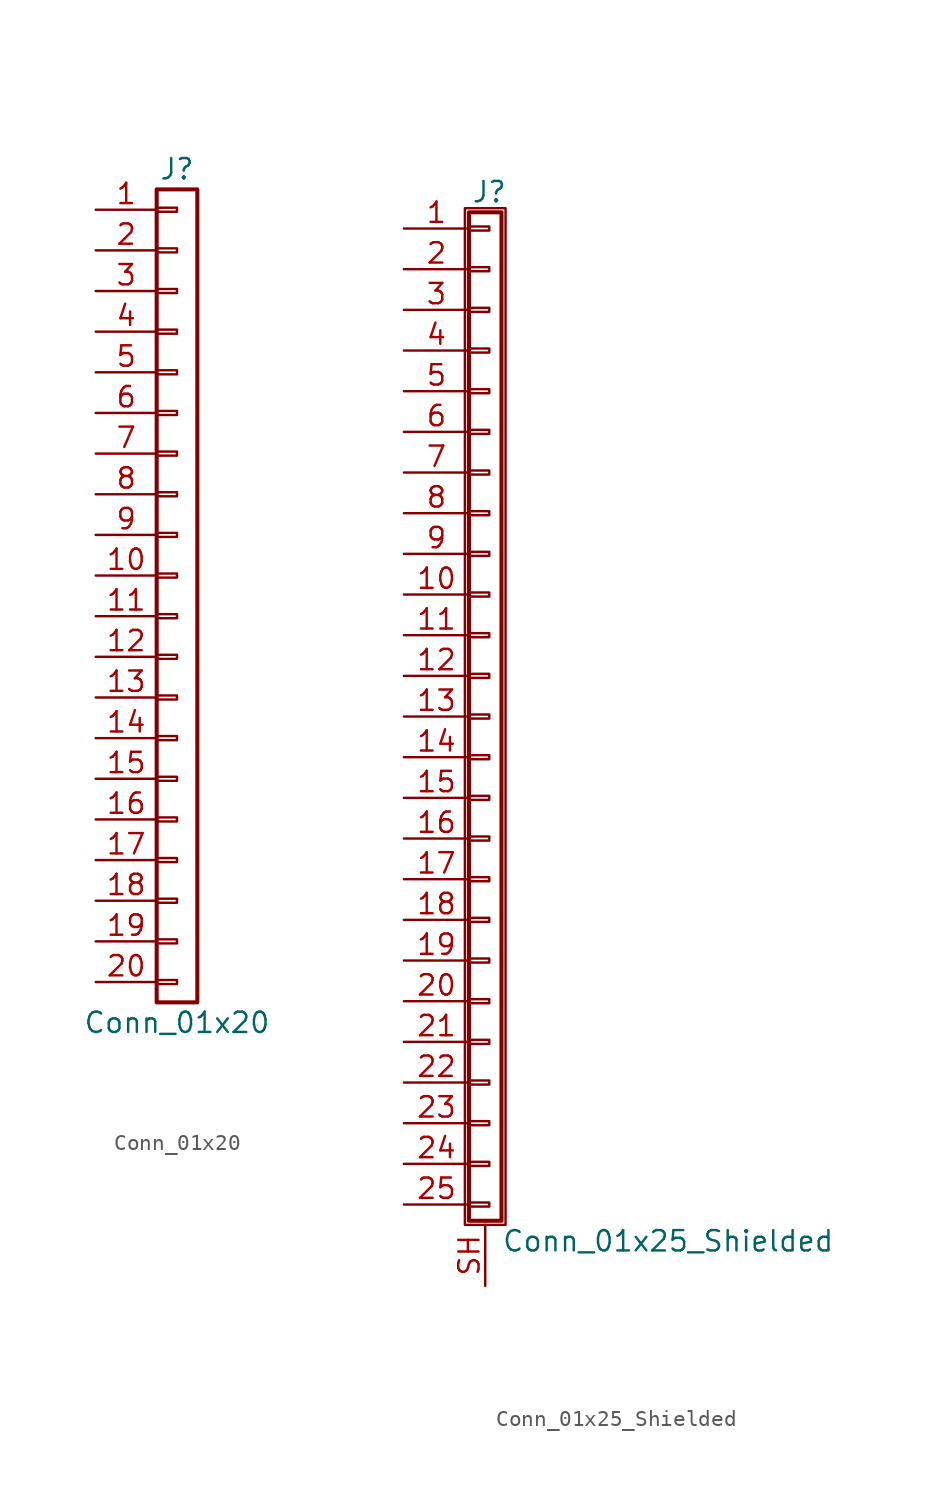
<source format=kicad_sym>
(kicad_symbol_lib
  (version 20241209)
  (generator "kicad_symbol_editor")
  (generator_version "9.0")
  (symbol "Conn_01x20"
    (pin_names
      (offset 1.016)
      (hide yes))
    (property "Reference" "J"
      (at 0 25.4 0)
      (effects (font (size 1.27 1.27))))
    (property "Value" "Conn_01x20"
      (at 0 -27.94 0)
      (effects (font (size 1.27 1.27))))
    (symbol "Conn_01x20_1_1"
      (rectangle (start -1.27 24.13) (end 1.27 -26.67) (stroke (width 0.254) (type solid)) (fill (type none)))
      (rectangle (start -1.27 22.987) (end 0 22.733) (stroke (width 0.152) (type solid)) (fill (type none)))
      (rectangle (start -1.27 20.447) (end 0 20.193) (stroke (width 0.152) (type solid)) (fill (type none)))
      (rectangle (start -1.27 17.907) (end 0 17.653) (stroke (width 0.152) (type solid)) (fill (type none)))
      (rectangle (start -1.27 15.367) (end 0 15.113) (stroke (width 0.152) (type solid)) (fill (type none)))
      (rectangle (start -1.27 12.827) (end 0 12.573) (stroke (width 0.152) (type solid)) (fill (type none)))
      (rectangle (start -1.27 10.287) (end 0 10.033) (stroke (width 0.152) (type solid)) (fill (type none)))
      (rectangle (start -1.27 7.747) (end 0 7.493) (stroke (width 0.152) (type solid)) (fill (type none)))
      (rectangle (start -1.27 5.207) (end 0 4.953) (stroke (width 0.152) (type solid)) (fill (type none)))
      (rectangle (start -1.27 2.667) (end 0 2.413) (stroke (width 0.152) (type solid)) (fill (type none)))
      (rectangle (start -1.27 0.127) (end 0 -0.127) (stroke (width 0.152) (type solid)) (fill (type none)))
      (rectangle (start -1.27 -2.413) (end 0 -2.667) (stroke (width 0.152) (type solid)) (fill (type none)))
      (rectangle (start -1.27 -4.953) (end 0 -5.207) (stroke (width 0.152) (type solid)) (fill (type none)))
      (rectangle (start -1.27 -7.493) (end 0 -7.747) (stroke (width 0.152) (type solid)) (fill (type none)))
      (rectangle (start -1.27 -10.033) (end 0 -10.287) (stroke (width 0.152) (type solid)) (fill (type none)))
      (rectangle (start -1.27 -12.573) (end 0 -12.827) (stroke (width 0.152) (type solid)) (fill (type none)))
      (rectangle (start -1.27 -15.113) (end 0 -15.367) (stroke (width 0.152) (type solid)) (fill (type none)))
      (rectangle (start -1.27 -17.653) (end 0 -17.907) (stroke (width 0.152) (type solid)) (fill (type none)))
      (rectangle (start -1.27 -20.193) (end 0 -20.447) (stroke (width 0.152) (type solid)) (fill (type none)))
      (rectangle (start -1.27 -22.733) (end 0 -22.987) (stroke (width 0.152) (type solid)) (fill (type none)))
      (rectangle (start -1.27 -25.273) (end 0 -25.527) (stroke (width 0.152) (type solid)) (fill (type none)))
      (pin passive line (at -5.08 22.86 0) (length 3.81) (name "Pin_1" (effects (font (size 1.27 1.27)))) (number "1" (effects (font (size 1.27 1.27)))))
      (pin passive line (at -5.08 20.32 0) (length 3.81) (name "Pin_2" (effects (font (size 1.27 1.27)))) (number "2" (effects (font (size 1.27 1.27)))))
      (pin passive line (at -5.08 17.78 0) (length 3.81) (name "Pin_3" (effects (font (size 1.27 1.27)))) (number "3" (effects (font (size 1.27 1.27)))))
      (pin passive line (at -5.08 15.24 0) (length 3.81) (name "Pin_4" (effects (font (size 1.27 1.27)))) (number "4" (effects (font (size 1.27 1.27)))))
      (pin passive line (at -5.08 12.7 0) (length 3.81) (name "Pin_5" (effects (font (size 1.27 1.27)))) (number "5" (effects (font (size 1.27 1.27)))))
      (pin passive line (at -5.08 10.16 0) (length 3.81) (name "Pin_6" (effects (font (size 1.27 1.27)))) (number "6" (effects (font (size 1.27 1.27)))))
      (pin passive line (at -5.08 7.62 0) (length 3.81) (name "Pin_7" (effects (font (size 1.27 1.27)))) (number "7" (effects (font (size 1.27 1.27)))))
      (pin passive line (at -5.08 5.08 0) (length 3.81) (name "Pin_8" (effects (font (size 1.27 1.27)))) (number "8" (effects (font (size 1.27 1.27)))))
      (pin passive line (at -5.08 2.54 0) (length 3.81) (name "Pin_9" (effects (font (size 1.27 1.27)))) (number "9" (effects (font (size 1.27 1.27)))))
      (pin passive line (at -5.08 0 0) (length 3.81) (name "Pin_10" (effects (font (size 1.27 1.27)))) (number "10" (effects (font (size 1.27 1.27)))))
      (pin passive line (at -5.08 -2.54 0) (length 3.81) (name "Pin_11" (effects (font (size 1.27 1.27)))) (number "11" (effects (font (size 1.27 1.27)))))
      (pin passive line (at -5.08 -5.08 0) (length 3.81) (name "Pin_12" (effects (font (size 1.27 1.27)))) (number "12" (effects (font (size 1.27 1.27)))))
      (pin passive line (at -5.08 -7.62 0) (length 3.81) (name "Pin_13" (effects (font (size 1.27 1.27)))) (number "13" (effects (font (size 1.27 1.27)))))
      (pin passive line (at -5.08 -10.16 0) (length 3.81) (name "Pin_14" (effects (font (size 1.27 1.27)))) (number "14" (effects (font (size 1.27 1.27)))))
      (pin passive line (at -5.08 -12.7 0) (length 3.81) (name "Pin_15" (effects (font (size 1.27 1.27)))) (number "15" (effects (font (size 1.27 1.27)))))
      (pin passive line (at -5.08 -15.24 0) (length 3.81) (name "Pin_16" (effects (font (size 1.27 1.27)))) (number "16" (effects (font (size 1.27 1.27)))))
      (pin passive line (at -5.08 -17.78 0) (length 3.81) (name "Pin_17" (effects (font (size 1.27 1.27)))) (number "17" (effects (font (size 1.27 1.27)))))
      (pin passive line (at -5.08 -20.32 0) (length 3.81) (name "Pin_18" (effects (font (size 1.27 1.27)))) (number "18" (effects (font (size 1.27 1.27)))))
      (pin passive line (at -5.08 -22.86 0) (length 3.81) (name "Pin_19" (effects (font (size 1.27 1.27)))) (number "19" (effects (font (size 1.27 1.27)))))
      (pin passive line (at -5.08 -25.4 0) (length 3.81) (name "Pin_20" (effects (font (size 1.27 1.27)))) (number "20" (effects (font (size 1.27 1.27)))))))
  (symbol "Conn_01x25_Shielded"
    (pin_names
      (offset 1.016)
      (hide yes))
    (property "Reference" "J"
      (at 0.254 32.766 0)
      (effects (font (size 1.27 1.27))))
    (property "Value" "Conn_01x25_Shielded"
      (at 1.016 -32.766 0)
      (effects (font (size 1.27 1.27)) (justify left)))
    (symbol "Conn_01x25_Shielded_1_1"
      (rectangle (start -1.27 31.75) (end 1.27 -31.75) (stroke (width 0.152) (type solid)) (fill (type none)))
      (rectangle (start -1.016 31.496) (end 1.016 -31.496) (stroke (width 0.254) (type solid)) (fill (type none)))
      (rectangle (start -1.016 30.607) (end 0.254 30.353) (stroke (width 0.152) (type solid)) (fill (type none)))
      (rectangle (start -1.016 28.067) (end 0.254 27.813) (stroke (width 0.152) (type solid)) (fill (type none)))
      (rectangle (start -1.016 25.527) (end 0.254 25.273) (stroke (width 0.152) (type solid)) (fill (type none)))
      (rectangle (start -1.016 22.987) (end 0.254 22.733) (stroke (width 0.152) (type solid)) (fill (type none)))
      (rectangle (start -1.016 20.447) (end 0.254 20.193) (stroke (width 0.152) (type solid)) (fill (type none)))
      (rectangle (start -1.016 17.907) (end 0.254 17.653) (stroke (width 0.152) (type solid)) (fill (type none)))
      (rectangle (start -1.016 15.367) (end 0.254 15.113) (stroke (width 0.152) (type solid)) (fill (type none)))
      (rectangle (start -1.016 12.827) (end 0.254 12.573) (stroke (width 0.152) (type solid)) (fill (type none)))
      (rectangle (start -1.016 10.287) (end 0.254 10.033) (stroke (width 0.152) (type solid)) (fill (type none)))
      (rectangle (start -1.016 7.747) (end 0.254 7.493) (stroke (width 0.152) (type solid)) (fill (type none)))
      (rectangle (start -1.016 5.207) (end 0.254 4.953) (stroke (width 0.152) (type solid)) (fill (type none)))
      (rectangle (start -1.016 2.667) (end 0.254 2.413) (stroke (width 0.152) (type solid)) (fill (type none)))
      (rectangle (start -1.016 0.127) (end 0.254 -0.127) (stroke (width 0.152) (type solid)) (fill (type none)))
      (rectangle (start -1.016 -2.413) (end 0.254 -2.667) (stroke (width 0.152) (type solid)) (fill (type none)))
      (rectangle (start -1.016 -4.953) (end 0.254 -5.207) (stroke (width 0.152) (type solid)) (fill (type none)))
      (rectangle (start -1.016 -7.493) (end 0.254 -7.747) (stroke (width 0.152) (type solid)) (fill (type none)))
      (rectangle (start -1.016 -10.033) (end 0.254 -10.287) (stroke (width 0.152) (type solid)) (fill (type none)))
      (rectangle (start -1.016 -12.573) (end 0.254 -12.827) (stroke (width 0.152) (type solid)) (fill (type none)))
      (rectangle (start -1.016 -15.113) (end 0.254 -15.367) (stroke (width 0.152) (type solid)) (fill (type none)))
      (rectangle (start -1.016 -17.653) (end 0.254 -17.907) (stroke (width 0.152) (type solid)) (fill (type none)))
      (rectangle (start -1.016 -20.193) (end 0.254 -20.447) (stroke (width 0.152) (type solid)) (fill (type none)))
      (rectangle (start -1.016 -22.733) (end 0.254 -22.987) (stroke (width 0.152) (type solid)) (fill (type none)))
      (rectangle (start -1.016 -25.273) (end 0.254 -25.527) (stroke (width 0.152) (type solid)) (fill (type none)))
      (rectangle (start -1.016 -27.813) (end 0.254 -28.067) (stroke (width 0.152) (type solid)) (fill (type none)))
      (rectangle (start -1.016 -30.353) (end 0.254 -30.607) (stroke (width 0.152) (type solid)) (fill (type none)))
      (pin passive line (at -5.08 30.48 0) (length 4.064) (name "Pin_1" (effects (font (size 1.27 1.27)))) (number "1" (effects (font (size 1.27 1.27)))))
      (pin passive line (at -5.08 27.94 0) (length 4.064) (name "Pin_2" (effects (font (size 1.27 1.27)))) (number "2" (effects (font (size 1.27 1.27)))))
      (pin passive line (at -5.08 25.4 0) (length 4.064) (name "Pin_3" (effects (font (size 1.27 1.27)))) (number "3" (effects (font (size 1.27 1.27)))))
      (pin passive line (at -5.08 22.86 0) (length 4.064) (name "Pin_4" (effects (font (size 1.27 1.27)))) (number "4" (effects (font (size 1.27 1.27)))))
      (pin passive line (at -5.08 20.32 0) (length 4.064) (name "Pin_5" (effects (font (size 1.27 1.27)))) (number "5" (effects (font (size 1.27 1.27)))))
      (pin passive line (at -5.08 17.78 0) (length 4.064) (name "Pin_6" (effects (font (size 1.27 1.27)))) (number "6" (effects (font (size 1.27 1.27)))))
      (pin passive line (at -5.08 15.24 0) (length 4.064) (name "Pin_7" (effects (font (size 1.27 1.27)))) (number "7" (effects (font (size 1.27 1.27)))))
      (pin passive line (at -5.08 12.7 0) (length 4.064) (name "Pin_8" (effects (font (size 1.27 1.27)))) (number "8" (effects (font (size 1.27 1.27)))))
      (pin passive line (at -5.08 10.16 0) (length 4.064) (name "Pin_9" (effects (font (size 1.27 1.27)))) (number "9" (effects (font (size 1.27 1.27)))))
      (pin passive line (at -5.08 7.62 0) (length 4.064) (name "Pin_10" (effects (font (size 1.27 1.27)))) (number "10" (effects (font (size 1.27 1.27)))))
      (pin passive line (at -5.08 5.08 0) (length 4.064) (name "Pin_11" (effects (font (size 1.27 1.27)))) (number "11" (effects (font (size 1.27 1.27)))))
      (pin passive line (at -5.08 2.54 0) (length 4.064) (name "Pin_12" (effects (font (size 1.27 1.27)))) (number "12" (effects (font (size 1.27 1.27)))))
      (pin passive line (at -5.08 0 0) (length 4.064) (name "Pin_13" (effects (font (size 1.27 1.27)))) (number "13" (effects (font (size 1.27 1.27)))))
      (pin passive line (at -5.08 -2.54 0) (length 4.064) (name "Pin_14" (effects (font (size 1.27 1.27)))) (number "14" (effects (font (size 1.27 1.27)))))
      (pin passive line (at -5.08 -5.08 0) (length 4.064) (name "Pin_15" (effects (font (size 1.27 1.27)))) (number "15" (effects (font (size 1.27 1.27)))))
      (pin passive line (at -5.08 -7.62 0) (length 4.064) (name "Pin_16" (effects (font (size 1.27 1.27)))) (number "16" (effects (font (size 1.27 1.27)))))
      (pin passive line (at -5.08 -10.16 0) (length 4.064) (name "Pin_17" (effects (font (size 1.27 1.27)))) (number "17" (effects (font (size 1.27 1.27)))))
      (pin passive line (at -5.08 -12.7 0) (length 4.064) (name "Pin_18" (effects (font (size 1.27 1.27)))) (number "18" (effects (font (size 1.27 1.27)))))
      (pin passive line (at -5.08 -15.24 0) (length 4.064) (name "Pin_19" (effects (font (size 1.27 1.27)))) (number "19" (effects (font (size 1.27 1.27)))))
      (pin passive line (at -5.08 -17.78 0) (length 4.064) (name "Pin_20" (effects (font (size 1.27 1.27)))) (number "20" (effects (font (size 1.27 1.27)))))
      (pin passive line (at -5.08 -20.32 0) (length 4.064) (name "Pin_21" (effects (font (size 1.27 1.27)))) (number "21" (effects (font (size 1.27 1.27)))))
      (pin passive line (at -5.08 -22.86 0) (length 4.064) (name "Pin_22" (effects (font (size 1.27 1.27)))) (number "22" (effects (font (size 1.27 1.27)))))
      (pin passive line (at -5.08 -25.4 0) (length 4.064) (name "Pin_23" (effects (font (size 1.27 1.27)))) (number "23" (effects (font (size 1.27 1.27)))))
      (pin passive line (at -5.08 -27.94 0) (length 4.064) (name "Pin_24" (effects (font (size 1.27 1.27)))) (number "24" (effects (font (size 1.27 1.27)))))
      (pin passive line (at -5.08 -30.48 0) (length 4.064) (name "Pin_25" (effects (font (size 1.27 1.27)))) (number "25" (effects (font (size 1.27 1.27)))))
      (pin passive line (at 0 -35.56 90) (length 3.81) (name "Shield" (effects (font (size 1.27 1.27)))) (number "SH" (effects (font (size 1.27 1.27))))))))
</source>
